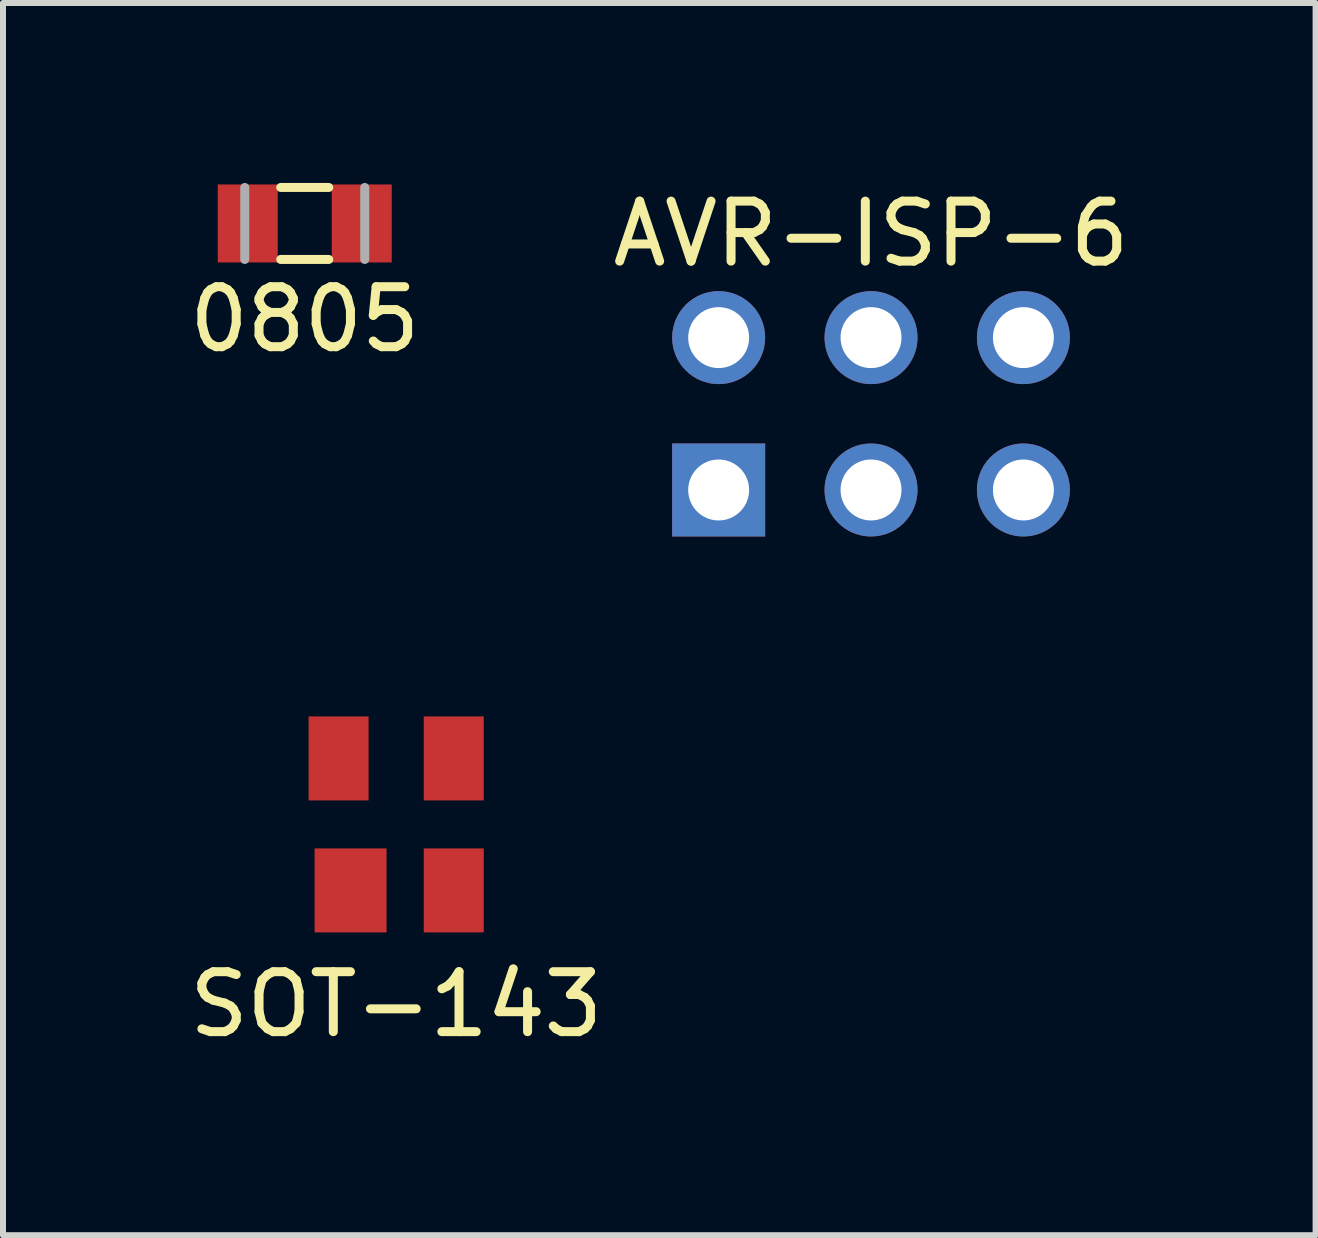
<source format=kicad_pcb>
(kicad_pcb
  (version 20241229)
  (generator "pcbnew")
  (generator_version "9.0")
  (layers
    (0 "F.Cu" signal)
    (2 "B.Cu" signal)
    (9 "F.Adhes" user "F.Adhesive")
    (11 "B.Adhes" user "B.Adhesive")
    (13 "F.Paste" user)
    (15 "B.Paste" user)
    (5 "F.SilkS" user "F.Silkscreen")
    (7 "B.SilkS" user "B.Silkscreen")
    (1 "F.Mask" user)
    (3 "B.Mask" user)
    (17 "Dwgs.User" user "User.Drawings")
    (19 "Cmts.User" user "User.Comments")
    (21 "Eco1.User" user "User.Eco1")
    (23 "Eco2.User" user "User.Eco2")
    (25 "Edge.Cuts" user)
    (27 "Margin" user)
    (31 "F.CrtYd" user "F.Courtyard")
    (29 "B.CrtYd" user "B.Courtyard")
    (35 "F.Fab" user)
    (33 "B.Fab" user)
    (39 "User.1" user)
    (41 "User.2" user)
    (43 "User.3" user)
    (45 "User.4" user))
  (footprint "0805"
    (layer "F.Cu")
    (at 2.03 0.675)
    (property "Reference" "0805" (at 0 1.6 0) (layer "F.SilkS") (effects (font (size 1 1) (thickness 0.15))))
    (attr through_hole)
    (fp_line (start -0.4 -0.6) (end 0.4 -0.6) (stroke (width 0.15) (type solid)) (layer "F.SilkS"))
    (fp_line (start 0.4 0.6) (end -0.4 0.6) (stroke (width 0.15) (type solid)) (layer "F.SilkS"))
    (fp_line (start -1 0.6) (end -1 -0.6) (stroke (width 0.15) (type solid)) (layer "F.Fab"))
    (fp_line (start 1 -0.6) (end 1 0.6) (stroke (width 0.15) (type solid)) (layer "F.Fab"))
    (pad "1" smd rect (at -0.95 0) (size 1 1.3) (layers "F.Cu" "F.Mask" "F.Paste"))
    (pad "2" smd rect (at 0.95 0) (size 1 1.3) (layers "F.Cu" "F.Mask" "F.Paste")))
  (footprint "AVR-ISP-6"
    (layer "F.Cu")
    (at 11.47 3.848)
    (property "Reference" "AVR-ISP-6" (at 0 -3 0) (layer "F.SilkS") (effects (font (size 1 1) (thickness 0.15))))
    (attr through_hole)
    (pad "1" thru_hole rect (at -2.54 1.27 90) (size 1.55 1.55) (drill 1.016) (layers "*.Cu" "*.Mask"))
    (pad "2" thru_hole circle (at -2.54 -1.27 90) (size 1.55 1.55) (drill 1.016) (layers "*.Cu" "*.Mask"))
    (pad "3" thru_hole circle (at 0 1.27 90) (size 1.55 1.55) (drill 1.016) (layers "*.Cu" "*.Mask"))
    (pad "4" thru_hole circle (at 0 -1.27 90) (size 1.55 1.55) (drill 1.016) (layers "*.Cu" "*.Mask"))
    (pad "5" thru_hole circle (at 2.54 1.27 90) (size 1.55 1.55) (drill 1.016) (layers "*.Cu" "*.Mask"))
    (pad "6" thru_hole circle (at 2.54 -1.27 90) (size 1.55 1.55) (drill 1.016) (layers "*.Cu" "*.Mask")))
  (footprint "SOT-143"
    (layer "F.Cu")
    (at 3.554 10.693)
    (property "Reference" "SOT-143" (at 0 3 0) (layer "F.SilkS") (effects (font (size 1 1) (thickness 0.15))))
    (attr through_hole)
    (fp_line (start -1.45 -0.65) (end -1.45 0.65) (stroke (width 0.15) (type solid)) (layer "Eco2.User"))
    (fp_line (start -1.45 -0.65) (end 1.45 -0.65) (stroke (width 0.15) (type solid)) (layer "Eco2.User"))
    (fp_line (start -1.45 0.65) (end 1.45 0.65) (stroke (width 0.15) (type solid)) (layer "Eco2.User"))
    (fp_line (start 1.45 -0.65) (end 1.45 0.65) (stroke (width 0.15) (type solid)) (layer "Eco2.User"))
    (pad "1" smd rect (at -0.76 1.1) (size 1.2 1.4) (layers "F.Cu" "F.Mask" "F.Paste"))
    (pad "2" smd rect (at 0.96 1.1) (size 1 1.4) (layers "F.Cu" "F.Mask" "F.Paste"))
    (pad "3" smd rect (at 0.96 -1.1) (size 1 1.4) (layers "F.Cu" "F.Mask" "F.Paste"))
    (pad "4" smd rect (at -0.96 -1.1) (size 1 1.4) (layers "F.Cu" "F.Mask" "F.Paste")))
  (gr_rect
    (start -3 -3)
    (end 18.881 17.541)
    (stroke (width 0.1) (type default))
    (fill no)
    (layer "Edge.Cuts")))
</source>
